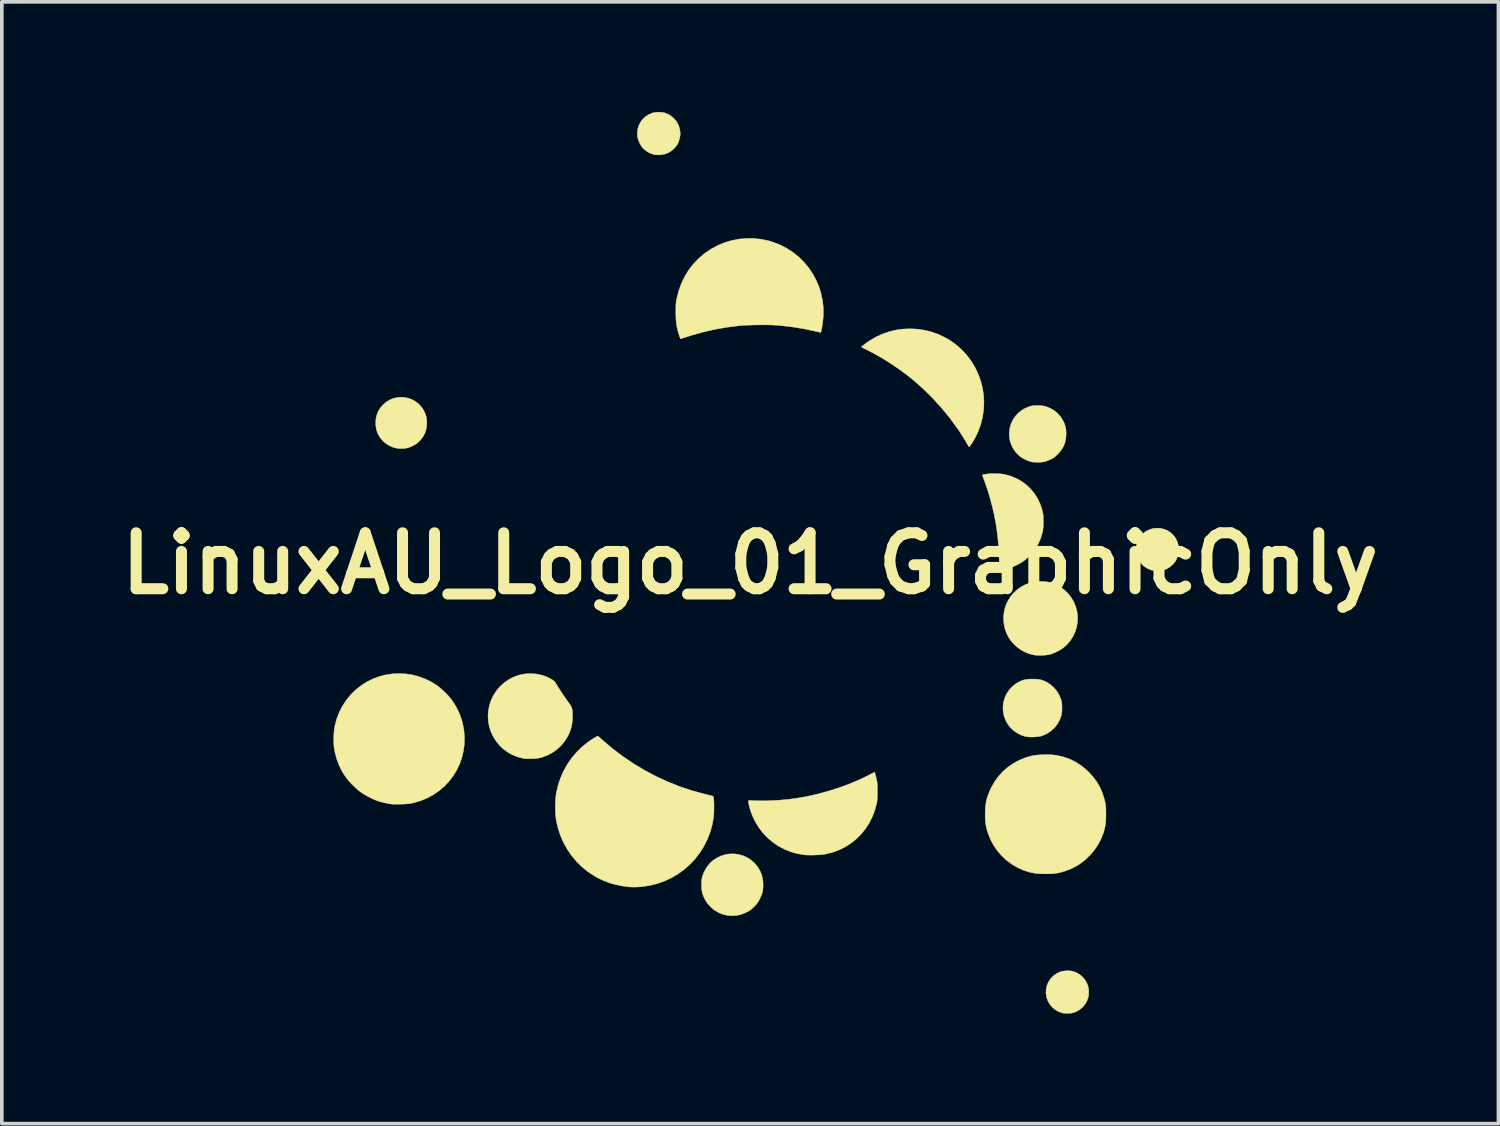
<source format=kicad_pcb>
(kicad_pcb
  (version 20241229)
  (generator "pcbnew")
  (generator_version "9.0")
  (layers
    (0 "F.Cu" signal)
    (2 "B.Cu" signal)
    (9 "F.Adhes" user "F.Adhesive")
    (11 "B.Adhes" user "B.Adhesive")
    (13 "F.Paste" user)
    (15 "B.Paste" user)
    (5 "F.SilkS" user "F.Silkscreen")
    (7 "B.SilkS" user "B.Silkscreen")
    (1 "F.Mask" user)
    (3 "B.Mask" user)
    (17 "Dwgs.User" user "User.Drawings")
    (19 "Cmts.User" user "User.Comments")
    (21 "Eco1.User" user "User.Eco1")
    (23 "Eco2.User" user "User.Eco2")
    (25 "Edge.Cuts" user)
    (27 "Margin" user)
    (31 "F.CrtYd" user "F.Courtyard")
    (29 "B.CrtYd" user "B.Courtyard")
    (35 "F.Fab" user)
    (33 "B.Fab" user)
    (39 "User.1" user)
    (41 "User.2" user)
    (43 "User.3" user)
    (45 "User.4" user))
  (footprint "LinuxAU_Logo_01_GraphicOnly"
    (layer "F.Cu")
    (at 17.388 12.301)
    (property "Reference" "LinuxAU_Logo_01_GraphicOnly" (at 0 0 0) (layer "F.SilkS") (effects (font (size 1.524 1.524) (thickness 0.3))))
    (attr through_hole)
    (fp_poly (pts (xy 4.397 -9.466) (xy 4.438 -9.46) (xy 4.594 -9.424) (xy 4.742 -9.37) (xy 4.88 -9.298) (xy 5.008 -9.21) (xy 5.124 -9.107) (xy 5.227 -8.991) (xy 5.314 -8.862) (xy 5.386 -8.723) (xy 5.44 -8.574) (xy 5.465 -8.474) (xy 5.478 -8.387) (xy 5.485 -8.288) (xy 5.486 -8.184) (xy 5.482 -8.084) (xy 5.471 -7.996) (xy 5.471 -7.991) (xy 5.434 -7.84) (xy 5.378 -7.695) (xy 5.304 -7.559) (xy 5.215 -7.433) (xy 5.111 -7.318) (xy 4.994 -7.217) (xy 4.865 -7.13) (xy 4.726 -7.06) (xy 4.579 -7.008) (xy 4.565 -7.004) (xy 4.415 -6.973) (xy 4.267 -6.96) (xy 4.114 -6.965) (xy 4.086 -6.968) (xy 3.939 -6.994) (xy 3.793 -7.039) (xy 3.653 -7.102) (xy 3.521 -7.181) (xy 3.399 -7.274) (xy 3.291 -7.381) (xy 3.219 -7.471) (xy 3.131 -7.609) (xy 3.064 -7.749) (xy 3.016 -7.895) (xy 2.987 -8.047) (xy 2.977 -8.21) (xy 2.977 -8.222) (xy 2.987 -8.382) (xy 3.016 -8.536) (xy 3.063 -8.683) (xy 3.127 -8.82) (xy 3.206 -8.947) (xy 3.299 -9.063) (xy 3.404 -9.167) (xy 3.522 -9.258) (xy 3.649 -9.335) (xy 3.786 -9.396) (xy 3.93 -9.441) (xy 4.081 -9.468) (xy 4.237 -9.477) (xy 4.397 -9.466)) (stroke (width 0.01) (type solid)) (fill yes) (layer "F.Mask"))
    (fp_poly (pts (xy 10.588 1.344) (xy 10.696 1.355) (xy 10.798 1.374) (xy 10.903 1.403) (xy 10.939 1.415) (xy 11.099 1.479) (xy 11.249 1.561) (xy 11.388 1.66) (xy 11.514 1.774) (xy 11.626 1.901) (xy 11.724 2.04) (xy 11.805 2.191) (xy 11.868 2.35) (xy 11.913 2.518) (xy 11.92 2.552) (xy 11.93 2.627) (xy 11.936 2.716) (xy 11.938 2.811) (xy 11.937 2.906) (xy 11.931 2.994) (xy 11.921 3.069) (xy 11.919 3.075) (xy 11.875 3.249) (xy 11.813 3.413) (xy 11.735 3.566) (xy 11.64 3.708) (xy 11.53 3.836) (xy 11.407 3.951) (xy 11.272 4.05) (xy 11.125 4.134) (xy 10.967 4.2) (xy 10.8 4.249) (xy 10.643 4.277) (xy 10.582 4.282) (xy 10.509 4.285) (xy 10.434 4.286) (xy 10.363 4.284) (xy 10.314 4.281) (xy 10.139 4.252) (xy 9.971 4.203) (xy 9.811 4.134) (xy 9.66 4.048) (xy 9.52 3.942) (xy 9.425 3.855) (xy 9.309 3.724) (xy 9.211 3.586) (xy 9.132 3.441) (xy 9.071 3.291) (xy 9.027 3.137) (xy 9.001 2.981) (xy 8.992 2.824) (xy 8.999 2.668) (xy 9.023 2.514) (xy 9.062 2.362) (xy 9.117 2.216) (xy 9.188 2.076) (xy 9.273 1.944) (xy 9.373 1.82) (xy 9.487 1.707) (xy 9.616 1.606) (xy 9.757 1.519) (xy 9.913 1.446) (xy 10 1.413) (xy 10.107 1.381) (xy 10.209 1.359) (xy 10.314 1.346) (xy 10.429 1.341) (xy 10.468 1.341) (xy 10.588 1.344)) (stroke (width 0.01) (type solid)) (fill yes) (layer "F.Mask"))
    (fp_poly (pts (xy 4.66 7.234) (xy 4.735 7.239) (xy 4.753 7.241) (xy 4.949 7.275) (xy 5.138 7.328) (xy 5.319 7.399) (xy 5.491 7.487) (xy 5.653 7.592) (xy 5.803 7.712) (xy 5.941 7.845) (xy 6.065 7.992) (xy 6.174 8.151) (xy 6.267 8.32) (xy 6.343 8.5) (xy 6.4 8.688) (xy 6.411 8.736) (xy 6.446 8.939) (xy 6.46 9.141) (xy 6.452 9.341) (xy 6.424 9.538) (xy 6.375 9.732) (xy 6.305 9.923) (xy 6.249 10.044) (xy 6.148 10.22) (xy 6.032 10.382) (xy 5.9 10.53) (xy 5.753 10.664) (xy 5.592 10.783) (xy 5.417 10.885) (xy 5.375 10.906) (xy 5.189 10.986) (xy 4.997 11.045) (xy 4.8 11.084) (xy 4.599 11.103) (xy 4.395 11.101) (xy 4.324 11.095) (xy 4.136 11.067) (xy 3.95 11.019) (xy 3.768 10.952) (xy 3.593 10.868) (xy 3.428 10.768) (xy 3.274 10.653) (xy 3.134 10.524) (xy 3.056 10.44) (xy 2.935 10.282) (xy 2.829 10.114) (xy 2.741 9.937) (xy 2.672 9.754) (xy 2.622 9.566) (xy 2.595 9.403) (xy 2.588 9.313) (xy 2.586 9.211) (xy 2.587 9.102) (xy 2.593 8.993) (xy 2.603 8.891) (xy 2.616 8.8) (xy 2.621 8.771) (xy 2.673 8.575) (xy 2.744 8.388) (xy 2.832 8.212) (xy 2.936 8.046) (xy 3.056 7.893) (xy 3.191 7.754) (xy 3.34 7.628) (xy 3.501 7.517) (xy 3.674 7.422) (xy 3.858 7.344) (xy 4.052 7.284) (xy 4.148 7.262) (xy 4.213 7.252) (xy 4.294 7.243) (xy 4.384 7.237) (xy 4.479 7.234) (xy 4.573 7.233) (xy 4.66 7.234)) (stroke (width 0.01) (type solid)) (fill yes) (layer "F.Mask"))
    (fp_poly (pts (xy -5.751 -10.513) (xy -5.668 -10.51) (xy -5.598 -10.505) (xy -5.578 -10.503) (xy -5.358 -10.466) (xy -5.146 -10.409) (xy -4.94 -10.332) (xy -4.743 -10.236) (xy -4.554 -10.12) (xy -4.416 -10.019) (xy -4.359 -9.971) (xy -4.294 -9.911) (xy -4.225 -9.842) (xy -4.157 -9.771) (xy -4.094 -9.701) (xy -4.04 -9.637) (xy -4.02 -9.61) (xy -3.899 -9.431) (xy -3.797 -9.245) (xy -3.714 -9.052) (xy -3.65 -8.854) (xy -3.604 -8.652) (xy -3.577 -8.448) (xy -3.568 -8.243) (xy -3.577 -8.038) (xy -3.604 -7.835) (xy -3.65 -7.635) (xy -3.713 -7.44) (xy -3.795 -7.25) (xy -3.894 -7.068) (xy -4.011 -6.894) (xy -4.145 -6.73) (xy -4.222 -6.649) (xy -4.387 -6.498) (xy -4.561 -6.367) (xy -4.745 -6.254) (xy -4.938 -6.159) (xy -5.14 -6.084) (xy -5.349 -6.028) (xy -5.565 -5.992) (xy -5.788 -5.976) (xy -6.017 -5.979) (xy -6.07 -5.983) (xy -6.284 -6.01) (xy -6.492 -6.057) (xy -6.695 -6.123) (xy -6.889 -6.208) (xy -7.075 -6.311) (xy -7.251 -6.431) (xy -7.415 -6.567) (xy -7.567 -6.719) (xy -7.706 -6.885) (xy -7.818 -7.048) (xy -7.914 -7.219) (xy -7.996 -7.402) (xy -8.062 -7.595) (xy -8.113 -7.793) (xy -8.136 -7.926) (xy -8.145 -8.01) (xy -8.151 -8.108) (xy -8.154 -8.214) (xy -8.153 -8.321) (xy -8.15 -8.424) (xy -8.143 -8.516) (xy -8.136 -8.571) (xy -8.101 -8.753) (xy -8.055 -8.924) (xy -7.995 -9.09) (xy -7.928 -9.24) (xy -7.824 -9.431) (xy -7.703 -9.61) (xy -7.567 -9.775) (xy -7.417 -9.925) (xy -7.254 -10.061) (xy -7.079 -10.18) (xy -6.893 -10.283) (xy -6.697 -10.368) (xy -6.493 -10.434) (xy -6.281 -10.482) (xy -6.178 -10.497) (xy -6.11 -10.504) (xy -6.028 -10.509) (xy -5.937 -10.512) (xy -5.843 -10.513) (xy -5.751 -10.513)) (stroke (width 0.01) (type solid)) (fill yes) (layer "F.Mask"))
    (fp_poly (pts (xy -7.947 -2.757) (xy -7.855 -2.754) (xy -7.774 -2.75) (xy -7.717 -2.744) (xy -7.477 -2.703) (xy -7.247 -2.642) (xy -7.027 -2.563) (xy -6.816 -2.465) (xy -6.614 -2.348) (xy -6.419 -2.211) (xy -6.26 -2.079) (xy -6.215 -2.037) (xy -6.168 -1.99) (xy -6.12 -1.941) (xy -6.074 -1.891) (xy -6.033 -1.845) (xy -5.998 -1.804) (xy -5.973 -1.771) (xy -5.96 -1.749) (xy -5.959 -1.744) (xy -5.961 -1.727) (xy -5.968 -1.695) (xy -5.979 -1.649) (xy -5.992 -1.595) (xy -6 -1.559) (xy -6.08 -1.198) (xy -6.138 -0.838) (xy -6.176 -0.479) (xy -6.192 -0.119) (xy -6.187 0.241) (xy -6.161 0.602) (xy -6.154 0.672) (xy -6.131 0.85) (xy -6.101 1.04) (xy -6.065 1.234) (xy -6.024 1.426) (xy -6.012 1.476) (xy -5.99 1.57) (xy -6.02 1.608) (xy -6.048 1.642) (xy -6.09 1.687) (xy -6.14 1.738) (xy -6.195 1.792) (xy -6.253 1.846) (xy -6.308 1.896) (xy -6.357 1.938) (xy -6.372 1.95) (xy -6.564 2.09) (xy -6.766 2.211) (xy -6.978 2.315) (xy -7.198 2.399) (xy -7.425 2.464) (xy -7.657 2.508) (xy -7.699 2.514) (xy -7.768 2.521) (xy -7.854 2.526) (xy -7.949 2.529) (xy -8.05 2.529) (xy -8.149 2.528) (xy -8.243 2.525) (xy -8.326 2.519) (xy -8.384 2.513) (xy -8.611 2.472) (xy -8.835 2.411) (xy -9.053 2.331) (xy -9.263 2.233) (xy -9.463 2.118) (xy -9.62 2.009) (xy -9.803 1.859) (xy -9.97 1.695) (xy -10.122 1.518) (xy -10.256 1.328) (xy -10.374 1.128) (xy -10.474 0.916) (xy -10.555 0.695) (xy -10.618 0.465) (xy -10.657 0.265) (xy -10.665 0.193) (xy -10.671 0.105) (xy -10.675 0.006) (xy -10.676 -0.098) (xy -10.676 -0.203) (xy -10.672 -0.304) (xy -10.667 -0.395) (xy -10.659 -0.471) (xy -10.657 -0.487) (xy -10.61 -0.726) (xy -10.545 -0.955) (xy -10.462 -1.172) (xy -10.361 -1.379) (xy -10.242 -1.577) (xy -10.103 -1.764) (xy -9.946 -1.943) (xy -9.903 -1.986) (xy -9.728 -2.147) (xy -9.543 -2.29) (xy -9.348 -2.414) (xy -9.143 -2.52) (xy -8.929 -2.607) (xy -8.703 -2.675) (xy -8.467 -2.726) (xy -8.389 -2.738) (xy -8.321 -2.746) (xy -8.237 -2.752) (xy -8.143 -2.755) (xy -8.045 -2.757) (xy -7.947 -2.757)) (stroke (width 0.01) (type solid)) (fill yes) (layer "F.Mask"))
    (fp_poly (pts (xy 11.195 -0.954) (xy 11.299 -0.927) (xy 11.374 -0.894) (xy 11.462 -0.836) (xy 11.536 -0.764) (xy 11.596 -0.682) (xy 11.64 -0.59) (xy 11.667 -0.493) (xy 11.678 -0.392) (xy 11.672 -0.289) (xy 11.648 -0.188) (xy 11.606 -0.091) (xy 11.581 -0.05) (xy 11.516 0.029) (xy 11.437 0.096) (xy 11.347 0.15) (xy 11.251 0.185) (xy 11.251 0.185) (xy 11.193 0.195) (xy 11.124 0.2) (xy 11.052 0.199) (xy 10.986 0.193) (xy 10.931 0.182) (xy 10.928 0.181) (xy 10.824 0.137) (xy 10.731 0.078) (xy 10.653 0.004) (xy 10.604 -0.06) (xy 10.557 -0.151) (xy 10.528 -0.252) (xy 10.515 -0.357) (xy 10.52 -0.462) (xy 10.542 -0.564) (xy 10.58 -0.656) (xy 10.639 -0.746) (xy 10.712 -0.822) (xy 10.796 -0.882) (xy 10.889 -0.926) (xy 10.988 -0.953) (xy 11.091 -0.963) (xy 11.195 -0.954)) (stroke (width 0.01) (type solid)) (fill yes) (layer "F.SilkS"))
    (fp_poly (pts (xy 8.765 11.106) (xy 8.79 11.112) (xy 8.893 11.149) (xy 8.985 11.204) (xy 9.066 11.275) (xy 9.133 11.36) (xy 9.185 11.457) (xy 9.208 11.524) (xy 9.22 11.583) (xy 9.226 11.654) (xy 9.225 11.728) (xy 9.218 11.795) (xy 9.213 11.817) (xy 9.179 11.916) (xy 9.127 12.008) (xy 9.06 12.089) (xy 8.979 12.157) (xy 8.887 12.211) (xy 8.793 12.245) (xy 8.74 12.254) (xy 8.676 12.259) (xy 8.607 12.259) (xy 8.543 12.254) (xy 8.491 12.245) (xy 8.489 12.244) (xy 8.39 12.207) (xy 8.3 12.151) (xy 8.22 12.08) (xy 8.154 11.997) (xy 8.104 11.903) (xy 8.075 11.815) (xy 8.06 11.706) (xy 8.065 11.6) (xy 8.088 11.497) (xy 8.129 11.401) (xy 8.187 11.314) (xy 8.26 11.238) (xy 8.346 11.175) (xy 8.438 11.131) (xy 8.512 11.11) (xy 8.597 11.099) (xy 8.684 11.097) (xy 8.765 11.106)) (stroke (width 0.01) (type solid)) (fill yes) (layer "F.SilkS"))
    (fp_poly (pts (xy -2.431 -12.293) (xy -2.359 -12.284) (xy -2.333 -12.277) (xy -2.23 -12.237) (xy -2.139 -12.18) (xy -2.06 -12.108) (xy -1.996 -12.023) (xy -1.947 -11.929) (xy -1.916 -11.826) (xy -1.904 -11.717) (xy -1.904 -11.709) (xy -1.909 -11.648) (xy -1.923 -11.579) (xy -1.943 -11.509) (xy -1.967 -11.447) (xy -1.975 -11.432) (xy -1.998 -11.396) (xy -2.029 -11.354) (xy -2.06 -11.317) (xy -2.142 -11.243) (xy -2.231 -11.188) (xy -2.329 -11.152) (xy -2.437 -11.134) (xy -2.465 -11.132) (xy -2.515 -11.132) (xy -2.561 -11.133) (xy -2.598 -11.136) (xy -2.608 -11.138) (xy -2.71 -11.17) (xy -2.806 -11.22) (xy -2.891 -11.285) (xy -2.935 -11.33) (xy -2.976 -11.387) (xy -3.014 -11.457) (xy -3.045 -11.533) (xy -3.066 -11.605) (xy -3.069 -11.624) (xy -3.076 -11.733) (xy -3.062 -11.839) (xy -3.031 -11.939) (xy -2.982 -12.031) (xy -2.918 -12.113) (xy -2.839 -12.183) (xy -2.748 -12.239) (xy -2.65 -12.277) (xy -2.585 -12.29) (xy -2.509 -12.296) (xy -2.431 -12.293)) (stroke (width 0.01) (type solid)) (fill yes) (layer "F.SilkS"))
    (fp_poly (pts (xy -9.43 -4.526) (xy -9.317 -4.504) (xy -9.21 -4.464) (xy -9.111 -4.408) (xy -9.022 -4.337) (xy -8.946 -4.252) (xy -8.885 -4.155) (xy -8.839 -4.048) (xy -8.822 -3.986) (xy -8.812 -3.927) (xy -8.808 -3.866) (xy -8.809 -3.792) (xy -8.809 -3.792) (xy -8.823 -3.676) (xy -8.852 -3.571) (xy -8.899 -3.475) (xy -8.965 -3.383) (xy -9.016 -3.328) (xy -9.064 -3.283) (xy -9.108 -3.25) (xy -9.158 -3.221) (xy -9.191 -3.204) (xy -9.238 -3.183) (xy -9.284 -3.164) (xy -9.322 -3.151) (xy -9.336 -3.147) (xy -9.401 -3.136) (xy -9.475 -3.13) (xy -9.549 -3.13) (xy -9.609 -3.135) (xy -9.726 -3.163) (xy -9.836 -3.211) (xy -9.938 -3.277) (xy -10.003 -3.336) (xy -10.08 -3.425) (xy -10.138 -3.521) (xy -10.177 -3.625) (xy -10.198 -3.739) (xy -10.202 -3.792) (xy -10.199 -3.917) (xy -10.177 -4.032) (xy -10.137 -4.138) (xy -10.077 -4.236) (xy -10.004 -4.32) (xy -9.912 -4.4) (xy -9.812 -4.461) (xy -9.703 -4.502) (xy -9.584 -4.525) (xy -9.548 -4.528) (xy -9.43 -4.526)) (stroke (width 0.01) (type solid)) (fill yes) (layer "F.SilkS"))
    (fp_poly (pts (xy 8.044 0.496) (xy 8.139 0.511) (xy 8.17 0.519) (xy 8.306 0.565) (xy 8.433 0.63) (xy 8.548 0.711) (xy 8.652 0.808) (xy 8.741 0.919) (xy 8.815 1.041) (xy 8.87 1.174) (xy 8.907 1.312) (xy 8.923 1.452) (xy 8.92 1.592) (xy 8.897 1.73) (xy 8.856 1.863) (xy 8.797 1.989) (xy 8.721 2.107) (xy 8.628 2.215) (xy 8.541 2.293) (xy 8.474 2.34) (xy 8.393 2.386) (xy 8.307 2.428) (xy 8.222 2.462) (xy 8.17 2.478) (xy 8.1 2.492) (xy 8.017 2.501) (xy 7.928 2.506) (xy 7.841 2.505) (xy 7.763 2.499) (xy 7.73 2.494) (xy 7.591 2.457) (xy 7.46 2.402) (xy 7.34 2.33) (xy 7.231 2.244) (xy 7.135 2.143) (xy 7.053 2.03) (xy 6.988 1.907) (xy 6.941 1.775) (xy 6.925 1.71) (xy 6.906 1.566) (xy 6.906 1.424) (xy 6.925 1.287) (xy 6.963 1.155) (xy 7.017 1.031) (xy 7.088 0.915) (xy 7.173 0.81) (xy 7.272 0.717) (xy 7.383 0.638) (xy 7.507 0.573) (xy 7.641 0.525) (xy 7.745 0.502) (xy 7.838 0.491) (xy 7.94 0.49) (xy 8.044 0.496)) (stroke (width 0.01) (type solid)) (fill yes) (layer "F.SilkS"))
    (fp_poly (pts (xy 7.783 3.152) (xy 7.858 3.159) (xy 7.923 3.171) (xy 7.986 3.191) (xy 8.051 3.22) (xy 8.069 3.229) (xy 8.173 3.293) (xy 8.266 3.374) (xy 8.348 3.468) (xy 8.414 3.574) (xy 8.464 3.689) (xy 8.479 3.737) (xy 8.49 3.795) (xy 8.496 3.866) (xy 8.498 3.944) (xy 8.495 4.022) (xy 8.488 4.091) (xy 8.479 4.14) (xy 8.435 4.262) (xy 8.374 4.374) (xy 8.296 4.474) (xy 8.203 4.56) (xy 8.097 4.632) (xy 7.978 4.687) (xy 7.937 4.701) (xy 7.882 4.714) (xy 7.813 4.723) (xy 7.736 4.729) (xy 7.658 4.73) (xy 7.585 4.727) (xy 7.524 4.72) (xy 7.512 4.718) (xy 7.388 4.679) (xy 7.274 4.622) (xy 7.17 4.549) (xy 7.08 4.46) (xy 7.017 4.375) (xy 6.956 4.262) (xy 6.914 4.144) (xy 6.892 4.024) (xy 6.888 3.904) (xy 6.902 3.785) (xy 6.934 3.67) (xy 6.983 3.561) (xy 7.048 3.459) (xy 7.129 3.367) (xy 7.225 3.287) (xy 7.307 3.236) (xy 7.374 3.203) (xy 7.437 3.179) (xy 7.501 3.163) (xy 7.573 3.154) (xy 7.657 3.15) (xy 7.694 3.15) (xy 7.783 3.152)) (stroke (width 0.01) (type solid)) (fill yes) (layer "F.SilkS"))
    (fp_poly (pts (xy 7.912 -4.301) (xy 7.985 -4.293) (xy 8.051 -4.278) (xy 8.118 -4.254) (xy 8.181 -4.226) (xy 8.288 -4.163) (xy 8.383 -4.084) (xy 8.465 -3.989) (xy 8.531 -3.879) (xy 8.536 -3.87) (xy 8.57 -3.792) (xy 8.592 -3.716) (xy 8.605 -3.636) (xy 8.61 -3.545) (xy 8.61 -3.53) (xy 8.602 -3.405) (xy 8.578 -3.291) (xy 8.537 -3.187) (xy 8.477 -3.089) (xy 8.398 -2.995) (xy 8.382 -2.979) (xy 8.336 -2.935) (xy 8.299 -2.902) (xy 8.263 -2.876) (xy 8.224 -2.854) (xy 8.185 -2.834) (xy 8.133 -2.811) (xy 8.078 -2.79) (xy 8.028 -2.774) (xy 8.009 -2.77) (xy 7.941 -2.759) (xy 7.86 -2.755) (xy 7.777 -2.755) (xy 7.699 -2.762) (xy 7.657 -2.769) (xy 7.598 -2.787) (xy 7.53 -2.814) (xy 7.46 -2.849) (xy 7.395 -2.887) (xy 7.342 -2.925) (xy 7.341 -2.926) (xy 7.251 -3.013) (xy 7.178 -3.111) (xy 7.122 -3.217) (xy 7.083 -3.329) (xy 7.062 -3.445) (xy 7.058 -3.562) (xy 7.072 -3.679) (xy 7.104 -3.793) (xy 7.153 -3.902) (xy 7.221 -4.004) (xy 7.281 -4.072) (xy 7.357 -4.141) (xy 7.434 -4.196) (xy 7.519 -4.239) (xy 7.598 -4.27) (xy 7.641 -4.284) (xy 7.677 -4.293) (xy 7.713 -4.299) (xy 7.754 -4.302) (xy 7.808 -4.303) (xy 7.826 -4.303) (xy 7.912 -4.301)) (stroke (width 0.01) (type solid)) (fill yes) (layer "F.SilkS"))
    (fp_poly (pts (xy -0.328 7.925) (xy -0.21 7.956) (xy -0.098 8.004) (xy 0.009 8.07) (xy 0.108 8.154) (xy 0.114 8.159) (xy 0.2 8.261) (xy 0.268 8.371) (xy 0.316 8.49) (xy 0.345 8.618) (xy 0.354 8.754) (xy 0.354 8.756) (xy 0.351 8.844) (xy 0.342 8.92) (xy 0.324 8.993) (xy 0.295 9.069) (xy 0.264 9.137) (xy 0.239 9.186) (xy 0.216 9.226) (xy 0.192 9.26) (xy 0.161 9.296) (xy 0.119 9.339) (xy 0.108 9.35) (xy 0.063 9.394) (xy 0.027 9.427) (xy -0.006 9.452) (xy -0.042 9.474) (xy -0.087 9.497) (xy -0.104 9.506) (xy -0.157 9.529) (xy -0.21 9.551) (xy -0.258 9.568) (xy -0.284 9.575) (xy -0.361 9.589) (xy -0.448 9.596) (xy -0.534 9.597) (xy -0.605 9.592) (xy -0.732 9.564) (xy -0.851 9.517) (xy -0.963 9.453) (xy -1.063 9.372) (xy -1.15 9.278) (xy -1.222 9.171) (xy -1.247 9.123) (xy -1.28 9.047) (xy -1.303 8.977) (xy -1.317 8.907) (xy -1.325 8.829) (xy -1.326 8.751) (xy -1.324 8.666) (xy -1.317 8.596) (xy -1.303 8.532) (xy -1.281 8.467) (xy -1.25 8.396) (xy -1.242 8.38) (xy -1.177 8.269) (xy -1.098 8.172) (xy -1.007 8.089) (xy -0.907 8.022) (xy -0.798 7.971) (xy -0.684 7.935) (xy -0.566 7.915) (xy -0.447 7.912) (xy -0.328 7.925)) (stroke (width 0.01) (type solid)) (fill yes) (layer "F.SilkS"))
    (fp_poly (pts (xy 6.76 -2.445) (xy 6.849 -2.438) (xy 6.926 -2.427) (xy 6.934 -2.425) (xy 7.097 -2.382) (xy 7.249 -2.319) (xy 7.391 -2.24) (xy 7.521 -2.145) (xy 7.638 -2.035) (xy 7.741 -1.912) (xy 7.828 -1.776) (xy 7.899 -1.628) (xy 7.953 -1.47) (xy 7.976 -1.371) (xy 7.984 -1.31) (xy 7.989 -1.235) (xy 7.991 -1.15) (xy 7.989 -1.063) (xy 7.984 -0.979) (xy 7.976 -0.905) (xy 7.967 -0.852) (xy 7.919 -0.69) (xy 7.853 -0.538) (xy 7.771 -0.397) (xy 7.673 -0.269) (xy 7.561 -0.154) (xy 7.435 -0.054) (xy 7.297 0.029) (xy 7.147 0.096) (xy 7.088 0.117) (xy 7.044 0.129) (xy 6.991 0.143) (xy 6.934 0.155) (xy 6.878 0.167) (xy 6.83 0.175) (xy 6.794 0.18) (xy 6.785 0.18) (xy 6.783 0.17) (xy 6.781 0.143) (xy 6.782 0.103) (xy 6.783 0.053) (xy 6.784 0.045) (xy 6.786 -0.057) (xy 6.785 -0.176) (xy 6.779 -0.308) (xy 6.77 -0.45) (xy 6.758 -0.597) (xy 6.742 -0.746) (xy 6.724 -0.893) (xy 6.703 -1.035) (xy 6.693 -1.096) (xy 6.651 -1.319) (xy 6.598 -1.547) (xy 6.538 -1.777) (xy 6.471 -2) (xy 6.398 -2.212) (xy 6.356 -2.323) (xy 6.342 -2.362) (xy 6.331 -2.392) (xy 6.327 -2.409) (xy 6.327 -2.411) (xy 6.338 -2.415) (xy 6.365 -2.421) (xy 6.402 -2.429) (xy 6.414 -2.431) (xy 6.486 -2.441) (xy 6.571 -2.447) (xy 6.665 -2.448) (xy 6.76 -2.445)) (stroke (width 0.01) (type solid)) (fill yes) (layer "F.SilkS"))
    (fp_poly (pts (xy 4.566 -6.383) (xy 4.756 -6.354) (xy 4.943 -6.307) (xy 5.125 -6.243) (xy 5.3 -6.161) (xy 5.468 -6.063) (xy 5.626 -5.947) (xy 5.774 -5.814) (xy 5.896 -5.682) (xy 6.02 -5.518) (xy 6.126 -5.345) (xy 6.213 -5.163) (xy 6.281 -4.975) (xy 6.331 -4.783) (xy 6.361 -4.586) (xy 6.371 -4.387) (xy 6.362 -4.188) (xy 6.333 -3.989) (xy 6.284 -3.792) (xy 6.217 -3.605) (xy 6.191 -3.547) (xy 6.161 -3.485) (xy 6.128 -3.422) (xy 6.093 -3.36) (xy 6.06 -3.303) (xy 6.028 -3.253) (xy 6 -3.214) (xy 5.978 -3.187) (xy 5.964 -3.176) (xy 5.963 -3.176) (xy 5.953 -3.183) (xy 5.952 -3.186) (xy 5.947 -3.199) (xy 5.932 -3.227) (xy 5.908 -3.267) (xy 5.879 -3.317) (xy 5.845 -3.373) (xy 5.808 -3.432) (xy 5.771 -3.492) (xy 5.734 -3.55) (xy 5.699 -3.603) (xy 5.68 -3.632) (xy 5.46 -3.937) (xy 5.224 -4.227) (xy 4.973 -4.504) (xy 4.707 -4.765) (xy 4.449 -4.993) (xy 4.268 -5.138) (xy 4.073 -5.282) (xy 3.869 -5.421) (xy 3.661 -5.554) (xy 3.453 -5.676) (xy 3.25 -5.784) (xy 3.187 -5.816) (xy 3.135 -5.842) (xy 3.09 -5.865) (xy 3.057 -5.883) (xy 3.037 -5.895) (xy 3.033 -5.899) (xy 3.044 -5.911) (xy 3.068 -5.933) (xy 3.104 -5.961) (xy 3.148 -5.994) (xy 3.197 -6.029) (xy 3.247 -6.063) (xy 3.26 -6.071) (xy 3.433 -6.172) (xy 3.614 -6.255) (xy 3.799 -6.318) (xy 3.989 -6.362) (xy 4.18 -6.387) (xy 4.373 -6.394) (xy 4.566 -6.383)) (stroke (width 0.01) (type solid)) (fill yes) (layer "F.SilkS"))
    (fp_poly (pts (xy -5.832 3.011) (xy -5.681 3.043) (xy -5.614 3.063) (xy -5.567 3.08) (xy -5.527 3.097) (xy -5.486 3.116) (xy -5.44 3.141) (xy -5.4 3.164) (xy -5.366 3.185) (xy -5.341 3.205) (xy -5.319 3.23) (xy -5.295 3.266) (xy -5.279 3.293) (xy -5.231 3.37) (xy -5.176 3.457) (xy -5.116 3.547) (xy -5.057 3.636) (xy -5 3.717) (xy -4.951 3.785) (xy -4.947 3.79) (xy -4.909 3.844) (xy -4.88 3.89) (xy -4.86 3.934) (xy -4.848 3.98) (xy -4.841 4.033) (xy -4.837 4.099) (xy -4.837 4.157) (xy -4.843 4.295) (xy -4.862 4.422) (xy -4.895 4.542) (xy -4.945 4.661) (xy -4.97 4.712) (xy -5.051 4.842) (xy -5.148 4.96) (xy -5.259 5.064) (xy -5.383 5.153) (xy -5.518 5.225) (xy -5.662 5.279) (xy -5.703 5.29) (xy -5.755 5.303) (xy -5.806 5.311) (xy -5.861 5.317) (xy -5.928 5.32) (xy -5.959 5.321) (xy -6.015 5.322) (xy -6.066 5.322) (xy -6.105 5.322) (xy -6.13 5.32) (xy -6.134 5.32) (xy -6.156 5.315) (xy -6.19 5.308) (xy -6.213 5.304) (xy -6.353 5.266) (xy -6.489 5.21) (xy -6.618 5.135) (xy -6.738 5.045) (xy -6.816 4.97) (xy -6.916 4.851) (xy -6.998 4.724) (xy -7.061 4.589) (xy -7.107 4.449) (xy -7.134 4.306) (xy -7.142 4.16) (xy -7.133 4.015) (xy -7.105 3.872) (xy -7.06 3.732) (xy -6.996 3.598) (xy -6.914 3.471) (xy -6.814 3.352) (xy -6.8 3.339) (xy -6.683 3.236) (xy -6.556 3.151) (xy -6.421 3.085) (xy -6.279 3.037) (xy -6.133 3.009) (xy -5.983 3) (xy -5.832 3.011)) (stroke (width 0.01) (type solid)) (fill yes) (layer "F.SilkS"))
    (fp_poly (pts (xy 3.4 5.71) (xy 3.406 5.73) (xy 3.415 5.765) (xy 3.427 5.811) (xy 3.439 5.861) (xy 3.449 5.905) (xy 3.457 5.942) (xy 3.462 5.978) (xy 3.465 6.015) (xy 3.467 6.06) (xy 3.468 6.115) (xy 3.469 6.186) (xy 3.469 6.215) (xy 3.468 6.296) (xy 3.467 6.361) (xy 3.465 6.412) (xy 3.461 6.456) (xy 3.456 6.495) (xy 3.448 6.534) (xy 3.445 6.549) (xy 3.394 6.737) (xy 3.325 6.915) (xy 3.239 7.083) (xy 3.137 7.238) (xy 3.02 7.381) (xy 2.889 7.511) (xy 2.746 7.625) (xy 2.59 7.724) (xy 2.423 7.807) (xy 2.247 7.872) (xy 2.061 7.918) (xy 2.019 7.926) (xy 1.963 7.933) (xy 1.891 7.939) (xy 1.81 7.943) (xy 1.724 7.946) (xy 1.641 7.947) (xy 1.565 7.946) (xy 1.501 7.943) (xy 1.48 7.941) (xy 1.291 7.909) (xy 1.108 7.857) (xy 0.934 7.787) (xy 0.77 7.7) (xy 0.616 7.596) (xy 0.475 7.476) (xy 0.346 7.34) (xy 0.233 7.191) (xy 0.135 7.028) (xy 0.124 7.009) (xy 0.064 6.88) (xy 0.014 6.749) (xy -0.023 6.621) (xy -0.034 6.573) (xy -0.045 6.522) (xy -0.05 6.488) (xy -0.047 6.468) (xy -0.034 6.458) (xy -0.006 6.456) (xy 0.038 6.459) (xy 0.073 6.462) (xy 0.186 6.467) (xy 0.315 6.468) (xy 0.456 6.466) (xy 0.605 6.46) (xy 0.758 6.452) (xy 0.911 6.44) (xy 1.06 6.425) (xy 1.199 6.407) (xy 1.214 6.405) (xy 1.507 6.356) (xy 1.803 6.291) (xy 2.097 6.213) (xy 2.388 6.122) (xy 2.671 6.02) (xy 2.942 5.908) (xy 3.198 5.786) (xy 3.282 5.742) (xy 3.39 5.684) (xy 3.4 5.71)) (stroke (width 0.01) (type solid)) (fill yes) (layer "F.SilkS"))
    (fp_poly (pts (xy -4.034 4.803) (xy -3.763 5.034) (xy -3.479 5.25) (xy -3.183 5.451) (xy -2.876 5.636) (xy -2.561 5.803) (xy -2.238 5.952) (xy -1.909 6.082) (xy -1.576 6.193) (xy -1.256 6.279) (xy -1.189 6.296) (xy -1.129 6.311) (xy -1.078 6.324) (xy -1.04 6.334) (xy -1.018 6.34) (xy -1.015 6.342) (xy -1.005 6.352) (xy -0.997 6.374) (xy -0.992 6.409) (xy -0.988 6.46) (xy -0.985 6.527) (xy -0.984 6.613) (xy -0.984 6.628) (xy -0.987 6.793) (xy -1.001 6.946) (xy -1.027 7.093) (xy -1.064 7.239) (xy -1.09 7.321) (xy -1.166 7.52) (xy -1.261 7.709) (xy -1.372 7.885) (xy -1.499 8.049) (xy -1.64 8.2) (xy -1.794 8.336) (xy -1.96 8.457) (xy -2.138 8.563) (xy -2.326 8.651) (xy -2.523 8.722) (xy -2.728 8.774) (xy -2.94 8.807) (xy -2.951 8.808) (xy -3.012 8.813) (xy -3.083 8.816) (xy -3.156 8.818) (xy -3.224 8.817) (xy -3.282 8.815) (xy -3.307 8.813) (xy -3.495 8.786) (xy -3.667 8.751) (xy -3.827 8.706) (xy -3.978 8.649) (xy -4.126 8.581) (xy -4.239 8.518) (xy -4.416 8.402) (xy -4.579 8.27) (xy -4.729 8.123) (xy -4.864 7.962) (xy -4.982 7.79) (xy -5.085 7.606) (xy -5.169 7.412) (xy -5.236 7.21) (xy -5.283 7.004) (xy -5.297 6.902) (xy -5.305 6.787) (xy -5.309 6.663) (xy -5.308 6.538) (xy -5.301 6.418) (xy -5.29 6.309) (xy -5.283 6.263) (xy -5.235 6.051) (xy -5.167 5.847) (xy -5.082 5.653) (xy -4.978 5.469) (xy -4.858 5.296) (xy -4.721 5.135) (xy -4.569 4.988) (xy -4.401 4.855) (xy -4.327 4.804) (xy -4.283 4.776) (xy -4.24 4.75) (xy -4.205 4.73) (xy -4.193 4.723) (xy -4.148 4.7) (xy -4.034 4.803)) (stroke (width 0.01) (type solid)) (fill yes) (layer "F.SilkS"))
    (fp_poly (pts (xy -9.387 3.008) (xy -9.205 3.035) (xy -9.027 3.082) (xy -8.852 3.147) (xy -8.682 3.231) (xy -8.521 3.333) (xy -8.448 3.39) (xy -8.369 3.46) (xy -8.289 3.537) (xy -8.214 3.617) (xy -8.148 3.695) (xy -8.116 3.738) (xy -8.012 3.902) (xy -7.926 4.076) (xy -7.86 4.258) (xy -7.834 4.352) (xy -7.798 4.545) (xy -7.782 4.738) (xy -7.787 4.93) (xy -7.813 5.12) (xy -7.859 5.308) (xy -7.912 5.456) (xy -7.993 5.63) (xy -8.092 5.791) (xy -8.207 5.941) (xy -8.336 6.077) (xy -8.48 6.198) (xy -8.636 6.304) (xy -8.804 6.395) (xy -8.983 6.468) (xy -9.172 6.523) (xy -9.216 6.533) (xy -9.265 6.542) (xy -9.318 6.549) (xy -9.377 6.554) (xy -9.449 6.557) (xy -9.522 6.559) (xy -9.588 6.56) (xy -9.648 6.56) (xy -9.7 6.56) (xy -9.739 6.559) (xy -9.76 6.558) (xy -9.828 6.548) (xy -9.906 6.533) (xy -9.987 6.515) (xy -10.062 6.497) (xy -10.123 6.479) (xy -10.214 6.445) (xy -10.315 6.401) (xy -10.417 6.348) (xy -10.515 6.293) (xy -10.601 6.236) (xy -10.628 6.217) (xy -10.703 6.156) (xy -10.782 6.084) (xy -10.861 6.006) (xy -10.934 5.926) (xy -10.997 5.85) (xy -11.023 5.815) (xy -11.117 5.667) (xy -11.197 5.505) (xy -11.262 5.335) (xy -11.31 5.16) (xy -11.338 4.995) (xy -11.344 4.913) (xy -11.347 4.818) (xy -11.345 4.717) (xy -11.34 4.617) (xy -11.331 4.523) (xy -11.319 4.443) (xy -11.317 4.432) (xy -11.268 4.246) (xy -11.2 4.066) (xy -11.113 3.894) (xy -11.009 3.732) (xy -10.888 3.583) (xy -10.881 3.575) (xy -10.744 3.441) (xy -10.597 3.325) (xy -10.441 3.226) (xy -10.276 3.144) (xy -10.106 3.081) (xy -9.93 3.035) (xy -9.75 3.008) (xy -9.569 2.999) (xy -9.387 3.008)) (stroke (width 0.01) (type solid)) (fill yes) (layer "F.SilkS"))
    (fp_poly (pts (xy 8.133 5.211) (xy 8.228 5.215) (xy 8.312 5.223) (xy 8.35 5.229) (xy 8.529 5.269) (xy 8.697 5.326) (xy 8.854 5.402) (xy 9.004 5.496) (xy 9.146 5.61) (xy 9.225 5.685) (xy 9.342 5.813) (xy 9.441 5.945) (xy 9.523 6.083) (xy 9.59 6.232) (xy 9.643 6.394) (xy 9.671 6.503) (xy 9.679 6.544) (xy 9.685 6.581) (xy 9.69 6.62) (xy 9.693 6.665) (xy 9.694 6.72) (xy 9.695 6.789) (xy 9.695 6.834) (xy 9.694 6.936) (xy 9.69 7.022) (xy 9.683 7.098) (xy 9.671 7.169) (xy 9.654 7.24) (xy 9.632 7.318) (xy 9.619 7.357) (xy 9.557 7.515) (xy 9.475 7.668) (xy 9.376 7.813) (xy 9.262 7.948) (xy 9.136 8.07) (xy 8.997 8.178) (xy 8.868 8.258) (xy 8.724 8.329) (xy 8.569 8.386) (xy 8.412 8.429) (xy 8.299 8.448) (xy 8.253 8.453) (xy 8.192 8.456) (xy 8.12 8.457) (xy 8.043 8.458) (xy 7.966 8.457) (xy 7.895 8.455) (xy 7.834 8.452) (xy 7.789 8.448) (xy 7.788 8.448) (xy 7.611 8.412) (xy 7.441 8.357) (xy 7.279 8.283) (xy 7.126 8.193) (xy 6.984 8.086) (xy 6.854 7.966) (xy 6.738 7.831) (xy 6.636 7.684) (xy 6.551 7.527) (xy 6.484 7.359) (xy 6.478 7.34) (xy 6.451 7.254) (xy 6.432 7.177) (xy 6.418 7.103) (xy 6.409 7.027) (xy 6.405 6.941) (xy 6.403 6.841) (xy 6.403 6.824) (xy 6.407 6.69) (xy 6.418 6.571) (xy 6.437 6.461) (xy 6.467 6.354) (xy 6.508 6.244) (xy 6.561 6.125) (xy 6.572 6.104) (xy 6.662 5.944) (xy 6.769 5.797) (xy 6.89 5.665) (xy 7.026 5.547) (xy 7.175 5.445) (xy 7.337 5.359) (xy 7.51 5.289) (xy 7.683 5.24) (xy 7.752 5.228) (xy 7.837 5.219) (xy 7.933 5.213) (xy 8.033 5.21) (xy 8.133 5.211)) (stroke (width 0.01) (type solid)) (fill yes) (layer "F.SilkS"))
    (fp_poly (pts (xy 0.097 -8.855) (xy 0.298 -8.834) (xy 0.497 -8.792) (xy 0.621 -8.755) (xy 0.814 -8.68) (xy 0.996 -8.587) (xy 1.166 -8.477) (xy 1.323 -8.351) (xy 1.467 -8.209) (xy 1.597 -8.052) (xy 1.711 -7.882) (xy 1.791 -7.734) (xy 1.872 -7.547) (xy 1.933 -7.353) (xy 1.974 -7.154) (xy 1.995 -6.952) (xy 1.995 -6.747) (xy 1.974 -6.54) (xy 1.955 -6.429) (xy 1.945 -6.379) (xy 1.936 -6.337) (xy 1.929 -6.307) (xy 1.926 -6.294) (xy 1.926 -6.293) (xy 1.915 -6.295) (xy 1.888 -6.301) (xy 1.847 -6.31) (xy 1.797 -6.321) (xy 1.77 -6.327) (xy 1.459 -6.393) (xy 1.143 -6.444) (xy 0.829 -6.48) (xy 0.696 -6.491) (xy 0.62 -6.495) (xy 0.527 -6.498) (xy 0.422 -6.499) (xy 0.31 -6.499) (xy 0.193 -6.498) (xy 0.077 -6.496) (xy -0.035 -6.492) (xy -0.139 -6.488) (xy -0.23 -6.483) (xy -0.305 -6.477) (xy -0.316 -6.475) (xy -0.647 -6.432) (xy -0.965 -6.376) (xy -1.275 -6.305) (xy -1.581 -6.219) (xy -1.696 -6.183) (xy -1.757 -6.163) (xy -1.81 -6.146) (xy -1.853 -6.133) (xy -1.883 -6.123) (xy -1.896 -6.12) (xy -1.896 -6.12) (xy -1.902 -6.129) (xy -1.912 -6.154) (xy -1.925 -6.189) (xy -1.929 -6.202) (xy -1.96 -6.301) (xy -1.983 -6.39) (xy -2.001 -6.475) (xy -2.013 -6.562) (xy -2.021 -6.655) (xy -2.024 -6.759) (xy -2.025 -6.856) (xy -2.025 -6.936) (xy -2.024 -7) (xy -2.022 -7.052) (xy -2.019 -7.095) (xy -2.015 -7.134) (xy -2.008 -7.173) (xy -2 -7.217) (xy -1.995 -7.237) (xy -1.942 -7.441) (xy -1.87 -7.636) (xy -1.78 -7.821) (xy -1.674 -7.994) (xy -1.55 -8.154) (xy -1.41 -8.302) (xy -1.255 -8.436) (xy -1.225 -8.459) (xy -1.056 -8.572) (xy -0.878 -8.667) (xy -0.692 -8.743) (xy -0.5 -8.8) (xy -0.303 -8.838) (xy -0.104 -8.856) (xy 0.097 -8.855)) (stroke (width 0.01) (type solid)) (fill yes) (layer "F.SilkS")))
  (gr_rect
    (start -3 -3)
    (end 37.776 27.564)
    (stroke (width 0.1) (type default))
    (fill no)
    (layer "Edge.Cuts")))
</source>
